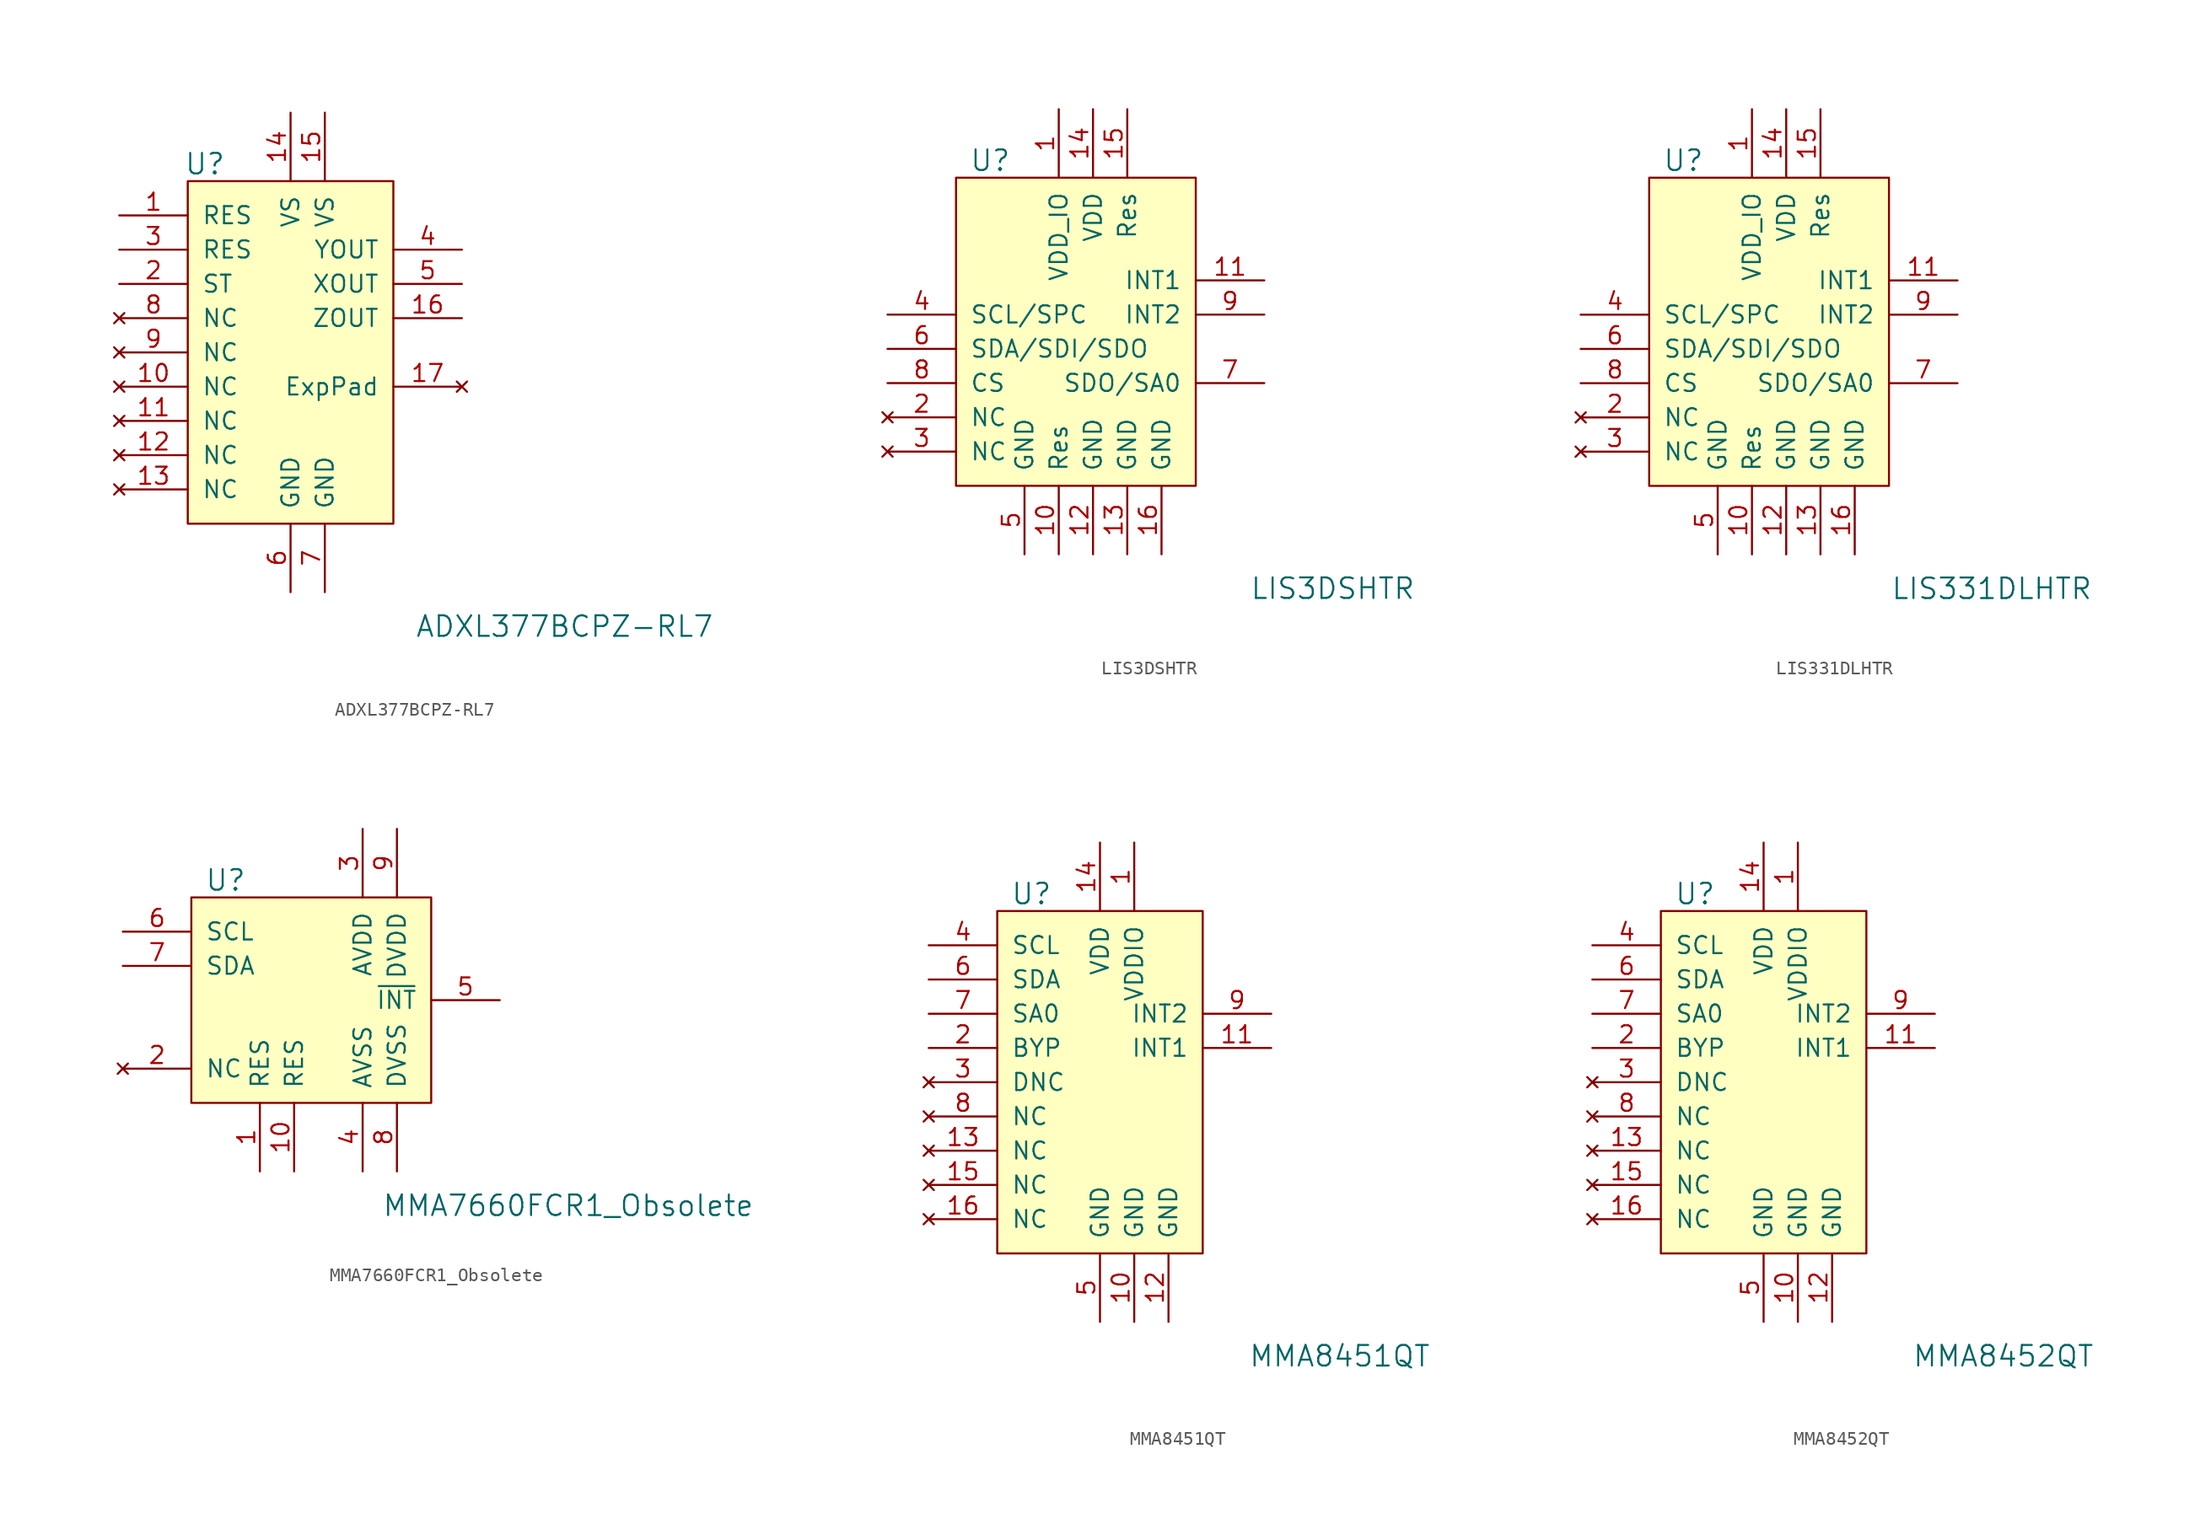
<source format=kicad_sym>
(kicad_symbol_lib
  (version 20231120)
  (generator "kicad_symbol_editor")
  (generator_version "8.0")
  (symbol "ADXL377BCPZ-RL7"
    (pin_names
      (offset 1.016))
    (property "Reference" "U"
      (at -6.35 13.97 0)
      (effects (font (size 1.524 1.524))))
    (property "Value" "ADXL377BCPZ-RL7"
      (at 20.32 -20.32 0)
      (effects (font (size 1.524 1.524))))
    (symbol "ADXL377BCPZ-RL7_0_1"
      (rectangle (start -7.62 12.7) (end 7.62 -12.7) (stroke (width 0) (type solid)) (fill (type background))))
    (symbol "ADXL377BCPZ-RL7_1_1"
      (pin input line (at -12.7 10.16 0) (length 5.08) (name "RES" (effects (font (size 1.27 1.27)))) (number "1" (effects (font (size 1.27 1.27)))))
      (pin no_connect line (at -12.7 -2.54 0) (length 5.08) (name "NC" (effects (font (size 1.27 1.27)))) (number "10" (effects (font (size 1.27 1.27)))))
      (pin no_connect line (at -12.7 -5.08 0) (length 5.08) (name "NC" (effects (font (size 1.27 1.27)))) (number "11" (effects (font (size 1.27 1.27)))))
      (pin no_connect line (at -12.7 -7.62 0) (length 5.08) (name "NC" (effects (font (size 1.27 1.27)))) (number "12" (effects (font (size 1.27 1.27)))))
      (pin no_connect line (at -12.7 -10.16 0) (length 5.08) (name "NC" (effects (font (size 1.27 1.27)))) (number "13" (effects (font (size 1.27 1.27)))))
      (pin power_in line (at 0 17.78 270) (length 5.08) (name "VS" (effects (font (size 1.27 1.27)))) (number "14" (effects (font (size 1.27 1.27)))))
      (pin power_in line (at 2.54 17.78 270) (length 5.08) (name "VS" (effects (font (size 1.27 1.27)))) (number "15" (effects (font (size 1.27 1.27)))))
      (pin output line (at 12.7 2.54 180) (length 5.08) (name "ZOUT" (effects (font (size 1.27 1.27)))) (number "16" (effects (font (size 1.27 1.27)))))
      (pin no_connect line (at 12.7 -2.54 180) (length 5.08) (name "ExpPad" (effects (font (size 1.27 1.27)))) (number "17" (effects (font (size 1.27 1.27)))))
      (pin input line (at -12.7 5.08 0) (length 5.08) (name "ST" (effects (font (size 1.27 1.27)))) (number "2" (effects (font (size 1.27 1.27)))))
      (pin input line (at -12.7 7.62 0) (length 5.08) (name "RES" (effects (font (size 1.27 1.27)))) (number "3" (effects (font (size 1.27 1.27)))))
      (pin output line (at 12.7 7.62 180) (length 5.08) (name "YOUT" (effects (font (size 1.27 1.27)))) (number "4" (effects (font (size 1.27 1.27)))))
      (pin output line (at 12.7 5.08 180) (length 5.08) (name "XOUT" (effects (font (size 1.27 1.27)))) (number "5" (effects (font (size 1.27 1.27)))))
      (pin power_in line (at 0 -17.78 90) (length 5.08) (name "GND" (effects (font (size 1.27 1.27)))) (number "6" (effects (font (size 1.27 1.27)))))
      (pin power_in line (at 2.54 -17.78 90) (length 5.08) (name "GND" (effects (font (size 1.27 1.27)))) (number "7" (effects (font (size 1.27 1.27)))))
      (pin no_connect line (at -12.7 2.54 0) (length 5.08) (name "NC" (effects (font (size 1.27 1.27)))) (number "8" (effects (font (size 1.27 1.27)))))
      (pin no_connect line (at -12.7 0 0) (length 5.08) (name "NC" (effects (font (size 1.27 1.27)))) (number "9" (effects (font (size 1.27 1.27)))))))
  (symbol "LIS3DSHTR"
    (pin_names
      (offset 1.016))
    (property "Reference" "U"
      (at -7.62 13.97 0)
      (effects (font (size 1.524 1.524))))
    (property "Value" "LIS3DSHTR"
      (at 17.78 -17.78 0)
      (effects (font (size 1.524 1.524))))
    (symbol "LIS3DSHTR_0_1"
      (rectangle (start -10.16 12.7) (end 7.62 -10.16) (stroke (width 0) (type solid)) (fill (type background))))
    (symbol "LIS3DSHTR_1_1"
      (pin power_in line (at -2.54 17.78 270) (length 5.08) (name "VDD_IO" (effects (font (size 1.27 1.27)))) (number "1" (effects (font (size 1.27 1.27)))))
      (pin power_in line (at -2.54 -15.24 90) (length 5.08) (name "Res" (effects (font (size 1.27 1.27)))) (number "10" (effects (font (size 1.27 1.27)))))
      (pin output line (at 12.7 5.08 180) (length 5.08) (name "INT1" (effects (font (size 1.27 1.27)))) (number "11" (effects (font (size 1.27 1.27)))))
      (pin power_in line (at 0 -15.24 90) (length 5.08) (name "GND" (effects (font (size 1.27 1.27)))) (number "12" (effects (font (size 1.27 1.27)))))
      (pin power_in line (at 2.54 -15.24 90) (length 5.08) (name "GND" (effects (font (size 1.27 1.27)))) (number "13" (effects (font (size 1.27 1.27)))))
      (pin power_in line (at 0 17.78 270) (length 5.08) (name "VDD" (effects (font (size 1.27 1.27)))) (number "14" (effects (font (size 1.27 1.27)))))
      (pin power_in line (at 2.54 17.78 270) (length 5.08) (name "Res" (effects (font (size 1.27 1.27)))) (number "15" (effects (font (size 1.27 1.27)))))
      (pin power_in line (at 5.08 -15.24 90) (length 5.08) (name "GND" (effects (font (size 1.27 1.27)))) (number "16" (effects (font (size 1.27 1.27)))))
      (pin no_connect line (at -15.24 -5.08 0) (length 5.08) (name "NC" (effects (font (size 1.27 1.27)))) (number "2" (effects (font (size 1.27 1.27)))))
      (pin no_connect line (at -15.24 -7.62 0) (length 5.08) (name "NC" (effects (font (size 1.27 1.27)))) (number "3" (effects (font (size 1.27 1.27)))))
      (pin input line (at -15.24 2.54 0) (length 5.08) (name "SCL/SPC" (effects (font (size 1.27 1.27)))) (number "4" (effects (font (size 1.27 1.27)))))
      (pin power_in line (at -5.08 -15.24 90) (length 5.08) (name "GND" (effects (font (size 1.27 1.27)))) (number "5" (effects (font (size 1.27 1.27)))))
      (pin bidirectional line (at -15.24 0 0) (length 5.08) (name "SDA/SDI/SDO" (effects (font (size 1.27 1.27)))) (number "6" (effects (font (size 1.27 1.27)))))
      (pin output line (at 12.7 -2.54 180) (length 5.08) (name "SDO/SA0" (effects (font (size 1.27 1.27)))) (number "7" (effects (font (size 1.27 1.27)))))
      (pin input line (at -15.24 -2.54 0) (length 5.08) (name "CS" (effects (font (size 1.27 1.27)))) (number "8" (effects (font (size 1.27 1.27)))))
      (pin output line (at 12.7 2.54 180) (length 5.08) (name "INT2" (effects (font (size 1.27 1.27)))) (number "9" (effects (font (size 1.27 1.27)))))))
  (symbol "LIS331DLHTR"
    (pin_names
      (offset 1.016))
    (property "Reference" "U"
      (at -7.62 13.97 0)
      (effects (font (size 1.524 1.524))))
    (property "Value" "LIS331DLHTR"
      (at 15.24 -17.78 0)
      (effects (font (size 1.524 1.524))))
    (symbol "LIS331DLHTR_0_1"
      (rectangle (start -10.16 12.7) (end 7.62 -10.16) (stroke (width 0) (type solid)) (fill (type background))))
    (symbol "LIS331DLHTR_1_1"
      (pin power_in line (at -2.54 17.78 270) (length 5.08) (name "VDD_IO" (effects (font (size 1.27 1.27)))) (number "1" (effects (font (size 1.27 1.27)))))
      (pin power_in line (at -2.54 -15.24 90) (length 5.08) (name "Res" (effects (font (size 1.27 1.27)))) (number "10" (effects (font (size 1.27 1.27)))))
      (pin output line (at 12.7 5.08 180) (length 5.08) (name "INT1" (effects (font (size 1.27 1.27)))) (number "11" (effects (font (size 1.27 1.27)))))
      (pin power_in line (at 0 -15.24 90) (length 5.08) (name "GND" (effects (font (size 1.27 1.27)))) (number "12" (effects (font (size 1.27 1.27)))))
      (pin power_in line (at 2.54 -15.24 90) (length 5.08) (name "GND" (effects (font (size 1.27 1.27)))) (number "13" (effects (font (size 1.27 1.27)))))
      (pin power_in line (at 0 17.78 270) (length 5.08) (name "VDD" (effects (font (size 1.27 1.27)))) (number "14" (effects (font (size 1.27 1.27)))))
      (pin power_in line (at 2.54 17.78 270) (length 5.08) (name "Res" (effects (font (size 1.27 1.27)))) (number "15" (effects (font (size 1.27 1.27)))))
      (pin power_in line (at 5.08 -15.24 90) (length 5.08) (name "GND" (effects (font (size 1.27 1.27)))) (number "16" (effects (font (size 1.27 1.27)))))
      (pin no_connect line (at -15.24 -5.08 0) (length 5.08) (name "NC" (effects (font (size 1.27 1.27)))) (number "2" (effects (font (size 1.27 1.27)))))
      (pin no_connect line (at -15.24 -7.62 0) (length 5.08) (name "NC" (effects (font (size 1.27 1.27)))) (number "3" (effects (font (size 1.27 1.27)))))
      (pin input line (at -15.24 2.54 0) (length 5.08) (name "SCL/SPC" (effects (font (size 1.27 1.27)))) (number "4" (effects (font (size 1.27 1.27)))))
      (pin power_in line (at -5.08 -15.24 90) (length 5.08) (name "GND" (effects (font (size 1.27 1.27)))) (number "5" (effects (font (size 1.27 1.27)))))
      (pin bidirectional line (at -15.24 0 0) (length 5.08) (name "SDA/SDI/SDO" (effects (font (size 1.27 1.27)))) (number "6" (effects (font (size 1.27 1.27)))))
      (pin output line (at 12.7 -2.54 180) (length 5.08) (name "SDO/SA0" (effects (font (size 1.27 1.27)))) (number "7" (effects (font (size 1.27 1.27)))))
      (pin input line (at -15.24 -2.54 0) (length 5.08) (name "CS" (effects (font (size 1.27 1.27)))) (number "8" (effects (font (size 1.27 1.27)))))
      (pin output line (at 12.7 2.54 180) (length 5.08) (name "INT2" (effects (font (size 1.27 1.27)))) (number "9" (effects (font (size 1.27 1.27)))))))
  (symbol "MMA7660FCR1_Obsolete"
    (pin_names
      (offset 1.016))
    (property "Reference" "U"
      (at -7.62 8.89 0)
      (effects (font (size 1.524 1.524))))
    (property "Value" "MMA7660FCR1_Obsolete"
      (at 17.78 -15.24 0)
      (effects (font (size 1.524 1.524))))
    (symbol "MMA7660FCR1_Obsolete_0_1"
      (rectangle (start -10.16 7.62) (end 7.62 -7.62) (stroke (width 0) (type solid)) (fill (type background))))
    (symbol "MMA7660FCR1_Obsolete_1_1"
      (pin power_in line (at -5.08 -12.7 90) (length 5.08) (name "RES" (effects (font (size 1.27 1.27)))) (number "1" (effects (font (size 1.27 1.27)))))
      (pin power_in line (at -2.54 -12.7 90) (length 5.08) (name "RES" (effects (font (size 1.27 1.27)))) (number "10" (effects (font (size 1.27 1.27)))))
      (pin no_connect line (at -15.24 -5.08 0) (length 5.08) (name "NC" (effects (font (size 1.27 1.27)))) (number "2" (effects (font (size 1.27 1.27)))))
      (pin power_in line (at 2.54 12.7 270) (length 5.08) (name "AVDD" (effects (font (size 1.27 1.27)))) (number "3" (effects (font (size 1.27 1.27)))))
      (pin power_in line (at 2.54 -12.7 90) (length 5.08) (name "AVSS" (effects (font (size 1.27 1.27)))) (number "4" (effects (font (size 1.27 1.27)))))
      (pin output line (at 12.7 0 180) (length 5.08) (name "~{INT}" (effects (font (size 1.27 1.27)))) (number "5" (effects (font (size 1.27 1.27)))))
      (pin input line (at -15.24 5.08 0) (length 5.08) (name "SCL" (effects (font (size 1.27 1.27)))) (number "6" (effects (font (size 1.27 1.27)))))
      (pin bidirectional line (at -15.24 2.54 0) (length 5.08) (name "SDA" (effects (font (size 1.27 1.27)))) (number "7" (effects (font (size 1.27 1.27)))))
      (pin power_in line (at 5.08 -12.7 90) (length 5.08) (name "DVSS" (effects (font (size 1.27 1.27)))) (number "8" (effects (font (size 1.27 1.27)))))
      (pin power_in line (at 5.08 12.7 270) (length 5.08) (name "DVDD" (effects (font (size 1.27 1.27)))) (number "9" (effects (font (size 1.27 1.27)))))))
  (symbol "MMA8451QT"
    (pin_names
      (offset 1.016))
    (property "Reference" "U"
      (at -5.08 13.97 0)
      (effects (font (size 1.524 1.524))))
    (property "Value" "MMA8451QT"
      (at 17.78 -20.32 0)
      (effects (font (size 1.524 1.524))))
    (symbol "MMA8451QT_0_1"
      (rectangle (start -7.62 12.7) (end 7.62 -12.7) (stroke (width 0) (type solid)) (fill (type background))))
    (symbol "MMA8451QT_1_1"
      (pin power_in line (at 2.54 17.78 270) (length 5.08) (name "VDDIO" (effects (font (size 1.27 1.27)))) (number "1" (effects (font (size 1.27 1.27)))))
      (pin power_in line (at 2.54 -17.78 90) (length 5.08) (name "GND" (effects (font (size 1.27 1.27)))) (number "10" (effects (font (size 1.27 1.27)))))
      (pin output line (at 12.7 2.54 180) (length 5.08) (name "INT1" (effects (font (size 1.27 1.27)))) (number "11" (effects (font (size 1.27 1.27)))))
      (pin power_in line (at 5.08 -17.78 90) (length 5.08) (name "GND" (effects (font (size 1.27 1.27)))) (number "12" (effects (font (size 1.27 1.27)))))
      (pin no_connect line (at -12.7 -5.08 0) (length 5.08) (name "NC" (effects (font (size 1.27 1.27)))) (number "13" (effects (font (size 1.27 1.27)))))
      (pin power_in line (at 0 17.78 270) (length 5.08) (name "VDD" (effects (font (size 1.27 1.27)))) (number "14" (effects (font (size 1.27 1.27)))))
      (pin no_connect line (at -12.7 -7.62 0) (length 5.08) (name "NC" (effects (font (size 1.27 1.27)))) (number "15" (effects (font (size 1.27 1.27)))))
      (pin no_connect line (at -12.7 -10.16 0) (length 5.08) (name "NC" (effects (font (size 1.27 1.27)))) (number "16" (effects (font (size 1.27 1.27)))))
      (pin input line (at -12.7 2.54 0) (length 5.08) (name "BYP" (effects (font (size 1.27 1.27)))) (number "2" (effects (font (size 1.27 1.27)))))
      (pin no_connect line (at -12.7 0 0) (length 5.08) (name "DNC" (effects (font (size 1.27 1.27)))) (number "3" (effects (font (size 1.27 1.27)))))
      (pin bidirectional line (at -12.7 10.16 0) (length 5.08) (name "SCL" (effects (font (size 1.27 1.27)))) (number "4" (effects (font (size 1.27 1.27)))))
      (pin power_in line (at 0 -17.78 90) (length 5.08) (name "GND" (effects (font (size 1.27 1.27)))) (number "5" (effects (font (size 1.27 1.27)))))
      (pin bidirectional line (at -12.7 7.62 0) (length 5.08) (name "SDA" (effects (font (size 1.27 1.27)))) (number "6" (effects (font (size 1.27 1.27)))))
      (pin bidirectional line (at -12.7 5.08 0) (length 5.08) (name "SA0" (effects (font (size 1.27 1.27)))) (number "7" (effects (font (size 1.27 1.27)))))
      (pin no_connect line (at -12.7 -2.54 0) (length 5.08) (name "NC" (effects (font (size 1.27 1.27)))) (number "8" (effects (font (size 1.27 1.27)))))
      (pin output line (at 12.7 5.08 180) (length 5.08) (name "INT2" (effects (font (size 1.27 1.27)))) (number "9" (effects (font (size 1.27 1.27)))))))
  (symbol "MMA8452QT"
    (pin_names
      (offset 1.016))
    (property "Reference" "U"
      (at -5.08 13.97 0)
      (effects (font (size 1.524 1.524))))
    (property "Value" "MMA8452QT"
      (at 17.78 -20.32 0)
      (effects (font (size 1.524 1.524))))
    (symbol "MMA8452QT_0_1"
      (rectangle (start -7.62 12.7) (end 7.62 -12.7) (stroke (width 0) (type solid)) (fill (type background))))
    (symbol "MMA8452QT_1_1"
      (pin power_in line (at 2.54 17.78 270) (length 5.08) (name "VDDIO" (effects (font (size 1.27 1.27)))) (number "1" (effects (font (size 1.27 1.27)))))
      (pin power_in line (at 2.54 -17.78 90) (length 5.08) (name "GND" (effects (font (size 1.27 1.27)))) (number "10" (effects (font (size 1.27 1.27)))))
      (pin input line (at 12.7 2.54 180) (length 5.08) (name "INT1" (effects (font (size 1.27 1.27)))) (number "11" (effects (font (size 1.27 1.27)))))
      (pin power_in line (at 5.08 -17.78 90) (length 5.08) (name "GND" (effects (font (size 1.27 1.27)))) (number "12" (effects (font (size 1.27 1.27)))))
      (pin no_connect line (at -12.7 -5.08 0) (length 5.08) (name "NC" (effects (font (size 1.27 1.27)))) (number "13" (effects (font (size 1.27 1.27)))))
      (pin power_in line (at 0 17.78 270) (length 5.08) (name "VDD" (effects (font (size 1.27 1.27)))) (number "14" (effects (font (size 1.27 1.27)))))
      (pin no_connect line (at -12.7 -7.62 0) (length 5.08) (name "NC" (effects (font (size 1.27 1.27)))) (number "15" (effects (font (size 1.27 1.27)))))
      (pin no_connect line (at -12.7 -10.16 0) (length 5.08) (name "NC" (effects (font (size 1.27 1.27)))) (number "16" (effects (font (size 1.27 1.27)))))
      (pin unspecified line (at -12.7 2.54 0) (length 5.08) (name "BYP" (effects (font (size 1.27 1.27)))) (number "2" (effects (font (size 1.27 1.27)))))
      (pin no_connect line (at -12.7 0 0) (length 5.08) (name "DNC" (effects (font (size 1.27 1.27)))) (number "3" (effects (font (size 1.27 1.27)))))
      (pin bidirectional line (at -12.7 10.16 0) (length 5.08) (name "SCL" (effects (font (size 1.27 1.27)))) (number "4" (effects (font (size 1.27 1.27)))))
      (pin power_in line (at 0 -17.78 90) (length 5.08) (name "GND" (effects (font (size 1.27 1.27)))) (number "5" (effects (font (size 1.27 1.27)))))
      (pin bidirectional line (at -12.7 7.62 0) (length 5.08) (name "SDA" (effects (font (size 1.27 1.27)))) (number "6" (effects (font (size 1.27 1.27)))))
      (pin bidirectional line (at -12.7 5.08 0) (length 5.08) (name "SA0" (effects (font (size 1.27 1.27)))) (number "7" (effects (font (size 1.27 1.27)))))
      (pin no_connect line (at -12.7 -2.54 0) (length 5.08) (name "NC" (effects (font (size 1.27 1.27)))) (number "8" (effects (font (size 1.27 1.27)))))
      (pin input line (at 12.7 5.08 180) (length 5.08) (name "INT2" (effects (font (size 1.27 1.27)))) (number "9" (effects (font (size 1.27 1.27))))))))
</source>
